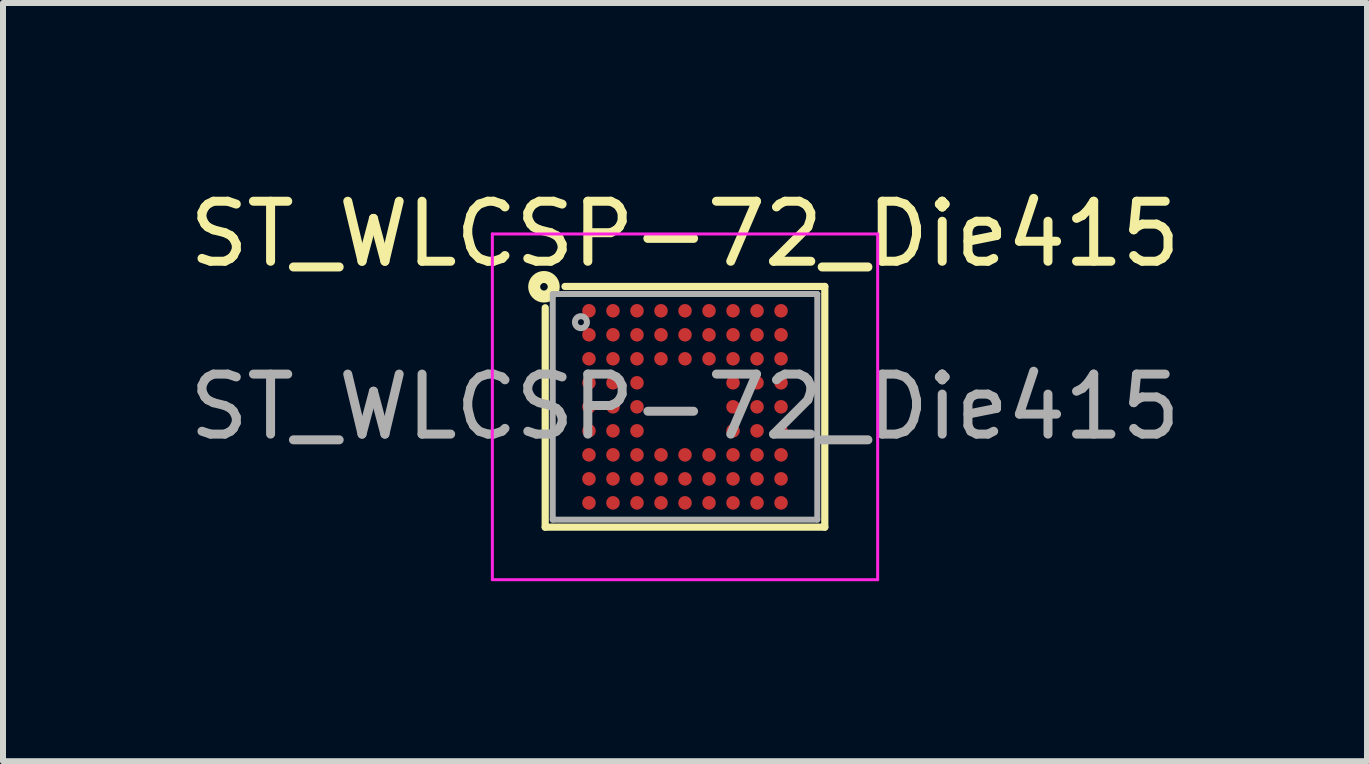
<source format=kicad_pcb>
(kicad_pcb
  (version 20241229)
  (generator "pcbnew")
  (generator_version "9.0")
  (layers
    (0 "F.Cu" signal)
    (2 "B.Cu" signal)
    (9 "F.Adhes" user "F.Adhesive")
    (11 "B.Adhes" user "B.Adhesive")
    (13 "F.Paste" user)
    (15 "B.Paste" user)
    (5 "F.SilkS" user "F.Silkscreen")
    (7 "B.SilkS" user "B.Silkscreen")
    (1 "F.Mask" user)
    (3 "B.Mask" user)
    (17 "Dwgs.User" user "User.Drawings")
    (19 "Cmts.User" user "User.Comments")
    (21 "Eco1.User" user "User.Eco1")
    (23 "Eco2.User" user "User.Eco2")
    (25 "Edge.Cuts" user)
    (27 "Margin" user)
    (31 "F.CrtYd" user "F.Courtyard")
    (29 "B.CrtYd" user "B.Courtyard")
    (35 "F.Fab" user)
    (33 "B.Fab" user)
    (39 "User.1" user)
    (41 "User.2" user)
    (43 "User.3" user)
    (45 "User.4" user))
  (footprint "ST_WLCSP-72_Die415"
    (layer "F.Cu")
    (at 8.363 3.728)
    (property "Reference" "ST_WLCSP-72_Die415" (at 0 -2.88 0) (layer "F.SilkS") (effects (font (size 1 1) (thickness 0.15))))
    (attr smd)
    (fp_line (start -2.329 2.005) (end -2.329 -1.65) (stroke (width 0.12) (type solid)) (layer "F.SilkS"))
    (fp_line (start -2 -2.005) (end 2.329 -2.005) (stroke (width 0.12) (type solid)) (layer "F.SilkS"))
    (fp_line (start 2.329 -2.005) (end 2.329 2.005) (stroke (width 0.12) (type solid)) (layer "F.SilkS"))
    (fp_line (start 2.329 2.005) (end -2.329 2.005) (stroke (width 0.12) (type solid)) (layer "F.SilkS"))
    (fp_circle (center -2.35 -2) (end -2.287 -2) (stroke (width 0.2) (type solid)) (fill no) (layer "F.SilkS"))
    (fp_line (start -3.21 -2.88) (end -3.21 2.88) (stroke (width 0.05) (type solid)) (layer "F.CrtYd"))
    (fp_line (start -3.21 2.88) (end 3.21 2.88) (stroke (width 0.05) (type solid)) (layer "F.CrtYd"))
    (fp_line (start 3.21 -2.88) (end -3.21 -2.88) (stroke (width 0.05) (type solid)) (layer "F.CrtYd"))
    (fp_line (start 3.21 2.88) (end 3.21 -2.88) (stroke (width 0.05) (type solid)) (layer "F.CrtYd"))
    (fp_line (start -2.204 1.88) (end -2.204 -1.88) (stroke (width 0.1) (type solid)) (layer "F.Fab"))
    (fp_line (start -2.2 -1.88) (end 2.204 -1.88) (stroke (width 0.1) (type solid)) (layer "F.Fab"))
    (fp_line (start 2.204 -1.88) (end 2.204 1.88) (stroke (width 0.1) (type solid)) (layer "F.Fab"))
    (fp_line (start 2.204 1.88) (end -2.204 1.88) (stroke (width 0.1) (type solid)) (layer "F.Fab"))
    (fp_circle (center -1.734 -1.41) (end -1.634 -1.41) (stroke (width 0.1) (type solid)) (fill no) (layer "F.Fab"))
    (fp_text user "${REFERENCE}" (at 0 0 0) (layer "F.Fab") (effects (font (size 1 1) (thickness 0.15))))
    (pad "A1" smd circle (at -1.6 -1.6) (size 0.225 0.225) (layers "F.Cu" "F.Mask" "F.Paste"))
    (pad "A2" smd circle (at -1.2 -1.6) (size 0.225 0.225) (layers "F.Cu" "F.Mask" "F.Paste"))
    (pad "A3" smd circle (at -0.8 -1.6) (size 0.225 0.225) (layers "F.Cu" "F.Mask" "F.Paste"))
    (pad "A4" smd circle (at -0.4 -1.6) (size 0.225 0.225) (layers "F.Cu" "F.Mask" "F.Paste"))
    (pad "A5" smd circle (at 0 -1.6) (size 0.225 0.225) (layers "F.Cu" "F.Mask" "F.Paste"))
    (pad "A6" smd circle (at 0.4 -1.6) (size 0.225 0.225) (layers "F.Cu" "F.Mask" "F.Paste"))
    (pad "A7" smd circle (at 0.8 -1.6) (size 0.225 0.225) (layers "F.Cu" "F.Mask" "F.Paste"))
    (pad "A8" smd circle (at 1.2 -1.6) (size 0.225 0.225) (layers "F.Cu" "F.Mask" "F.Paste"))
    (pad "A9" smd circle (at 1.6 -1.6) (size 0.225 0.225) (layers "F.Cu" "F.Mask" "F.Paste"))
    (pad "B1" smd circle (at -1.6 -1.2) (size 0.225 0.225) (layers "F.Cu" "F.Mask" "F.Paste"))
    (pad "B2" smd circle (at -1.2 -1.2) (size 0.225 0.225) (layers "F.Cu" "F.Mask" "F.Paste"))
    (pad "B3" smd circle (at -0.8 -1.2) (size 0.225 0.225) (layers "F.Cu" "F.Mask" "F.Paste"))
    (pad "B4" smd circle (at -0.4 -1.2) (size 0.225 0.225) (layers "F.Cu" "F.Mask" "F.Paste"))
    (pad "B5" smd circle (at 0 -1.2) (size 0.225 0.225) (layers "F.Cu" "F.Mask" "F.Paste"))
    (pad "B6" smd circle (at 0.4 -1.2) (size 0.225 0.225) (layers "F.Cu" "F.Mask" "F.Paste"))
    (pad "B7" smd circle (at 0.8 -1.2) (size 0.225 0.225) (layers "F.Cu" "F.Mask" "F.Paste"))
    (pad "B8" smd circle (at 1.2 -1.2) (size 0.225 0.225) (layers "F.Cu" "F.Mask" "F.Paste"))
    (pad "B9" smd circle (at 1.6 -1.2) (size 0.225 0.225) (layers "F.Cu" "F.Mask" "F.Paste"))
    (pad "C1" smd circle (at -1.6 -0.8) (size 0.225 0.225) (layers "F.Cu" "F.Mask" "F.Paste"))
    (pad "C2" smd circle (at -1.2 -0.8) (size 0.225 0.225) (layers "F.Cu" "F.Mask" "F.Paste"))
    (pad "C3" smd circle (at -0.8 -0.8) (size 0.225 0.225) (layers "F.Cu" "F.Mask" "F.Paste"))
    (pad "C4" smd circle (at -0.4 -0.8) (size 0.225 0.225) (layers "F.Cu" "F.Mask" "F.Paste"))
    (pad "C5" smd circle (at 0 -0.8) (size 0.225 0.225) (layers "F.Cu" "F.Mask" "F.Paste"))
    (pad "C6" smd circle (at 0.4 -0.8) (size 0.225 0.225) (layers "F.Cu" "F.Mask" "F.Paste"))
    (pad "C7" smd circle (at 0.8 -0.8) (size 0.225 0.225) (layers "F.Cu" "F.Mask" "F.Paste"))
    (pad "C8" smd circle (at 1.2 -0.8) (size 0.225 0.225) (layers "F.Cu" "F.Mask" "F.Paste"))
    (pad "C9" smd circle (at 1.6 -0.8) (size 0.225 0.225) (layers "F.Cu" "F.Mask" "F.Paste"))
    (pad "D1" smd circle (at -1.6 -0.4) (size 0.225 0.225) (layers "F.Cu" "F.Mask" "F.Paste"))
    (pad "D2" smd circle (at -1.2 -0.4) (size 0.225 0.225) (layers "F.Cu" "F.Mask" "F.Paste"))
    (pad "D3" smd circle (at -0.8 -0.4) (size 0.225 0.225) (layers "F.Cu" "F.Mask" "F.Paste"))
    (pad "D7" smd circle (at 0.8 -0.4) (size 0.225 0.225) (layers "F.Cu" "F.Mask" "F.Paste"))
    (pad "D8" smd circle (at 1.2 -0.4) (size 0.225 0.225) (layers "F.Cu" "F.Mask" "F.Paste"))
    (pad "D9" smd circle (at 1.6 -0.4) (size 0.225 0.225) (layers "F.Cu" "F.Mask" "F.Paste"))
    (pad "E1" smd circle (at -1.6 0) (size 0.225 0.225) (layers "F.Cu" "F.Mask" "F.Paste"))
    (pad "E2" smd circle (at -1.2 0) (size 0.225 0.225) (layers "F.Cu" "F.Mask" "F.Paste"))
    (pad "E3" smd circle (at -0.8 0) (size 0.225 0.225) (layers "F.Cu" "F.Mask" "F.Paste"))
    (pad "E7" smd circle (at 0.8 0) (size 0.225 0.225) (layers "F.Cu" "F.Mask" "F.Paste"))
    (pad "E8" smd circle (at 1.2 0) (size 0.225 0.225) (layers "F.Cu" "F.Mask" "F.Paste"))
    (pad "E9" smd circle (at 1.6 0) (size 0.225 0.225) (layers "F.Cu" "F.Mask" "F.Paste"))
    (pad "F1" smd circle (at -1.6 0.4) (size 0.225 0.225) (layers "F.Cu" "F.Mask" "F.Paste"))
    (pad "F2" smd circle (at -1.2 0.4) (size 0.225 0.225) (layers "F.Cu" "F.Mask" "F.Paste"))
    (pad "F3" smd circle (at -0.8 0.4) (size 0.225 0.225) (layers "F.Cu" "F.Mask" "F.Paste"))
    (pad "F7" smd circle (at 0.8 0.4) (size 0.225 0.225) (layers "F.Cu" "F.Mask" "F.Paste"))
    (pad "F8" smd circle (at 1.2 0.4) (size 0.225 0.225) (layers "F.Cu" "F.Mask" "F.Paste"))
    (pad "F9" smd circle (at 1.6 0.4) (size 0.225 0.225) (layers "F.Cu" "F.Mask" "F.Paste"))
    (pad "G1" smd circle (at -1.6 0.8) (size 0.225 0.225) (layers "F.Cu" "F.Mask" "F.Paste"))
    (pad "G2" smd circle (at -1.2 0.8) (size 0.225 0.225) (layers "F.Cu" "F.Mask" "F.Paste"))
    (pad "G3" smd circle (at -0.8 0.8) (size 0.225 0.225) (layers "F.Cu" "F.Mask" "F.Paste"))
    (pad "G4" smd circle (at -0.4 0.8) (size 0.225 0.225) (layers "F.Cu" "F.Mask" "F.Paste"))
    (pad "G5" smd circle (at 0 0.8) (size 0.225 0.225) (layers "F.Cu" "F.Mask" "F.Paste"))
    (pad "G6" smd circle (at 0.4 0.8) (size 0.225 0.225) (layers "F.Cu" "F.Mask" "F.Paste"))
    (pad "G7" smd circle (at 0.8 0.8) (size 0.225 0.225) (layers "F.Cu" "F.Mask" "F.Paste"))
    (pad "G8" smd circle (at 1.2 0.8) (size 0.225 0.225) (layers "F.Cu" "F.Mask" "F.Paste"))
    (pad "G9" smd circle (at 1.6 0.8) (size 0.225 0.225) (layers "F.Cu" "F.Mask" "F.Paste"))
    (pad "H1" smd circle (at -1.6 1.2) (size 0.225 0.225) (layers "F.Cu" "F.Mask" "F.Paste"))
    (pad "H2" smd circle (at -1.2 1.2) (size 0.225 0.225) (layers "F.Cu" "F.Mask" "F.Paste"))
    (pad "H3" smd circle (at -0.8 1.2) (size 0.225 0.225) (layers "F.Cu" "F.Mask" "F.Paste"))
    (pad "H4" smd circle (at -0.4 1.2) (size 0.225 0.225) (layers "F.Cu" "F.Mask" "F.Paste"))
    (pad "H5" smd circle (at 0 1.2) (size 0.225 0.225) (layers "F.Cu" "F.Mask" "F.Paste"))
    (pad "H6" smd circle (at 0.4 1.2) (size 0.225 0.225) (layers "F.Cu" "F.Mask" "F.Paste"))
    (pad "H7" smd circle (at 0.8 1.2) (size 0.225 0.225) (layers "F.Cu" "F.Mask" "F.Paste"))
    (pad "H8" smd circle (at 1.2 1.2) (size 0.225 0.225) (layers "F.Cu" "F.Mask" "F.Paste"))
    (pad "H9" smd circle (at 1.6 1.2) (size 0.225 0.225) (layers "F.Cu" "F.Mask" "F.Paste"))
    (pad "J1" smd circle (at -1.6 1.6) (size 0.225 0.225) (layers "F.Cu" "F.Mask" "F.Paste"))
    (pad "J2" smd circle (at -1.2 1.6) (size 0.225 0.225) (layers "F.Cu" "F.Mask" "F.Paste"))
    (pad "J3" smd circle (at -0.8 1.6) (size 0.225 0.225) (layers "F.Cu" "F.Mask" "F.Paste"))
    (pad "J4" smd circle (at -0.4 1.6) (size 0.225 0.225) (layers "F.Cu" "F.Mask" "F.Paste"))
    (pad "J5" smd circle (at 0 1.6) (size 0.225 0.225) (layers "F.Cu" "F.Mask" "F.Paste"))
    (pad "J6" smd circle (at 0.4 1.6) (size 0.225 0.225) (layers "F.Cu" "F.Mask" "F.Paste"))
    (pad "J7" smd circle (at 0.8 1.6) (size 0.225 0.225) (layers "F.Cu" "F.Mask" "F.Paste"))
    (pad "J8" smd circle (at 1.2 1.6) (size 0.225 0.225) (layers "F.Cu" "F.Mask" "F.Paste"))
    (pad "J9" smd circle (at 1.6 1.6) (size 0.225 0.225) (layers "F.Cu" "F.Mask" "F.Paste")))
  (gr_rect
    (start -3 -3)
    (end 19.726 9.633)
    (stroke (width 0.1) (type default))
    (fill no)
    (layer "Edge.Cuts")))
</source>
